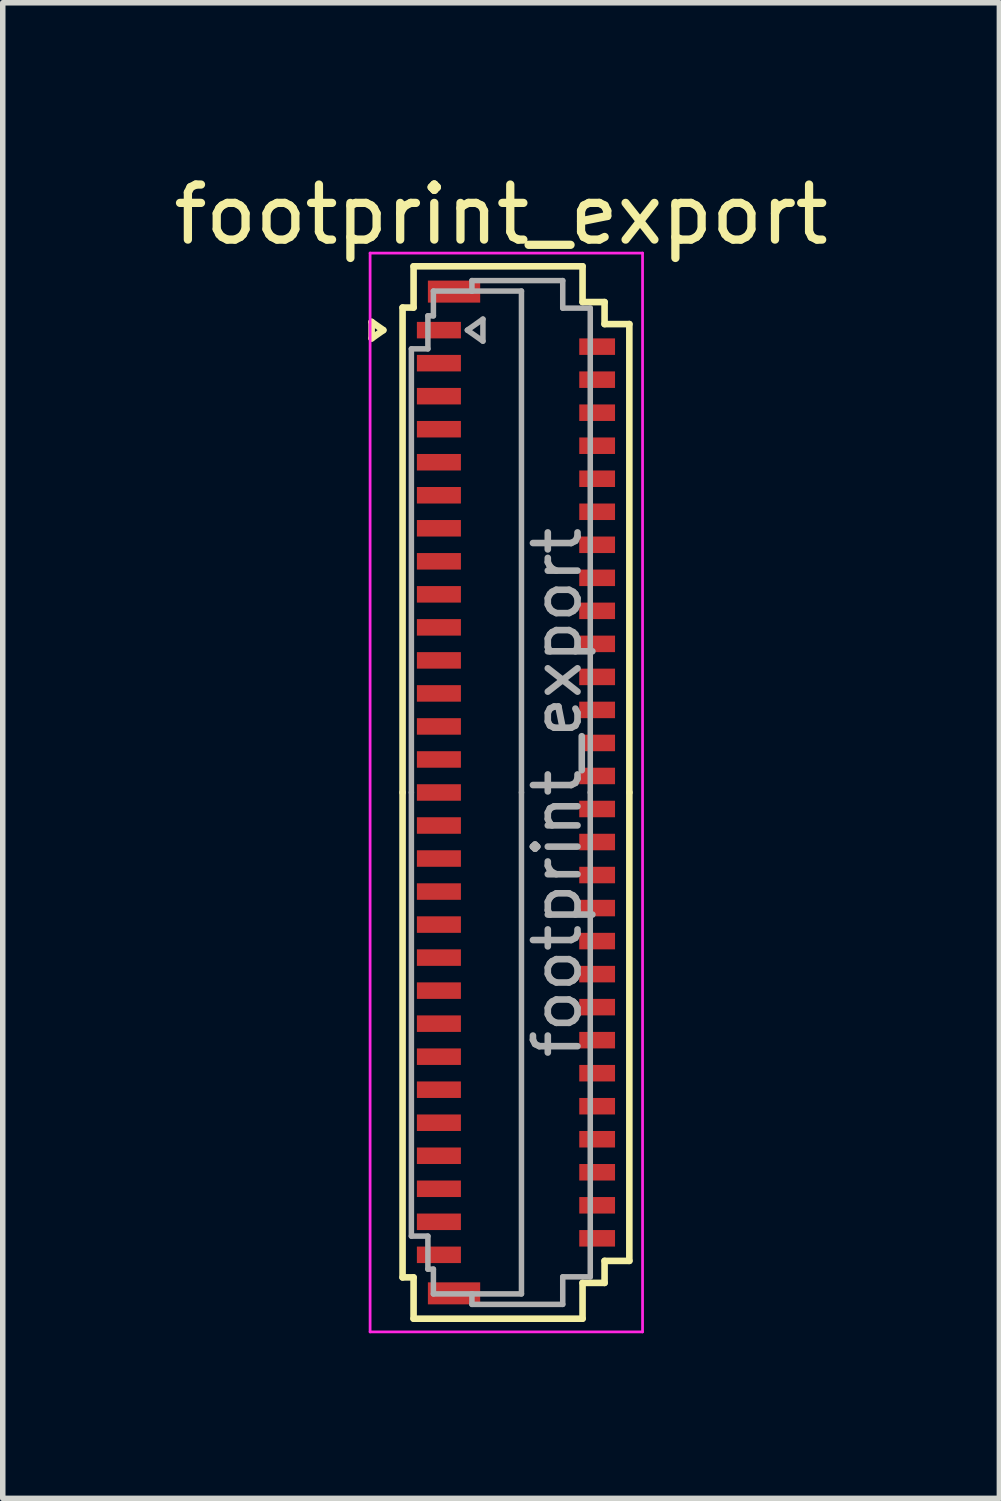
<source format=kicad_pcb>
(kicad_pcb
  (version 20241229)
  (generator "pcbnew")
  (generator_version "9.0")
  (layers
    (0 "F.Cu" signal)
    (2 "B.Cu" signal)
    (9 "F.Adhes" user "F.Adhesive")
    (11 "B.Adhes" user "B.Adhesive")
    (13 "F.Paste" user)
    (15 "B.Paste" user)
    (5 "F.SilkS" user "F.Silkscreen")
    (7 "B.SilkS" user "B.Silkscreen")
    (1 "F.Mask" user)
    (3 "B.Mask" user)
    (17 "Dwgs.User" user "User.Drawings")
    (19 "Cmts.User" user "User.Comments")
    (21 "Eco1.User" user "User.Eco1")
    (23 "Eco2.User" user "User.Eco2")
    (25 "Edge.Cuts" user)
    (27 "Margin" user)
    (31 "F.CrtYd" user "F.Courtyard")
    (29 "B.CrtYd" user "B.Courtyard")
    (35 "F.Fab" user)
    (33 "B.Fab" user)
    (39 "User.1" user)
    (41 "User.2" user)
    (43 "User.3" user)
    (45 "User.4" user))
  (footprint "footprint_export"
    (layer "F.Cu")
    (at 6.324 11.348)
    (property "Reference" "footprint_export" (at -0.27 -10.5 0) (layer "F.SilkS") (effects (font (size 1 1) (thickness 0.15))))
    (attr smd)
    (fp_line (start -2.622 -8.55) (end -2.41 -8.4) (stroke (width 0.12) (type solid)) (layer "F.SilkS"))
    (fp_line (start -2.622 -8.25) (end -2.622 -8.55) (stroke (width 0.12) (type solid)) (layer "F.SilkS"))
    (fp_line (start -2.41 -8.4) (end -2.622 -8.25) (stroke (width 0.12) (type solid)) (layer "F.SilkS"))
    (fp_line (start -2.06 -8.81) (end -2.06 0) (stroke (width 0.12) (type solid)) (layer "F.SilkS"))
    (fp_line (start -2.06 8.81) (end -2.06 0) (stroke (width 0.12) (type solid)) (layer "F.SilkS"))
    (fp_line (start -1.86 -9.56) (end -1.86 -8.81) (stroke (width 0.12) (type solid)) (layer "F.SilkS"))
    (fp_line (start -1.86 -8.81) (end -2.06 -8.81) (stroke (width 0.12) (type solid)) (layer "F.SilkS"))
    (fp_line (start -1.86 8.81) (end -2.06 8.81) (stroke (width 0.12) (type solid)) (layer "F.SilkS"))
    (fp_line (start -1.86 9.56) (end -1.86 8.81) (stroke (width 0.12) (type solid)) (layer "F.SilkS"))
    (fp_line (start 1.21 -9.56) (end -1.86 -9.56) (stroke (width 0.12) (type solid)) (layer "F.SilkS"))
    (fp_line (start 1.21 -8.91) (end 1.21 -9.56) (stroke (width 0.12) (type solid)) (layer "F.SilkS"))
    (fp_line (start 1.21 8.91) (end 1.21 9.56) (stroke (width 0.12) (type solid)) (layer "F.SilkS"))
    (fp_line (start 1.21 9.56) (end -1.86 9.56) (stroke (width 0.12) (type solid)) (layer "F.SilkS"))
    (fp_line (start 1.61 -8.91) (end 1.21 -8.91) (stroke (width 0.12) (type solid)) (layer "F.SilkS"))
    (fp_line (start 1.61 -8.51) (end 1.61 -8.91) (stroke (width 0.12) (type solid)) (layer "F.SilkS"))
    (fp_line (start 1.61 8.51) (end 1.61 8.91) (stroke (width 0.12) (type solid)) (layer "F.SilkS"))
    (fp_line (start 1.61 8.91) (end 1.21 8.91) (stroke (width 0.12) (type solid)) (layer "F.SilkS"))
    (fp_line (start 2.06 -8.51) (end 1.61 -8.51) (stroke (width 0.12) (type solid)) (layer "F.SilkS"))
    (fp_line (start 2.06 0) (end 2.06 -8.51) (stroke (width 0.12) (type solid)) (layer "F.SilkS"))
    (fp_line (start 2.06 0) (end 2.06 8.51) (stroke (width 0.12) (type solid)) (layer "F.SilkS"))
    (fp_line (start 2.06 8.51) (end 1.61 8.51) (stroke (width 0.12) (type solid)) (layer "F.SilkS"))
    (fp_line (start -2.65 -9.8) (end -2.65 9.8) (stroke (width 0.05) (type solid)) (layer "F.CrtYd"))
    (fp_line (start -2.65 9.8) (end 2.3 9.8) (stroke (width 0.05) (type solid)) (layer "F.CrtYd"))
    (fp_line (start 2.3 -9.8) (end -2.65 -9.8) (stroke (width 0.05) (type solid)) (layer "F.CrtYd"))
    (fp_line (start 2.3 9.8) (end 2.3 -9.8) (stroke (width 0.05) (type solid)) (layer "F.CrtYd"))
    (fp_line (start -1.9 -8.06) (end -1.6 -8.06) (stroke (width 0.1) (type solid)) (layer "F.Fab"))
    (fp_line (start -1.9 0) (end -1.9 -8.06) (stroke (width 0.1) (type solid)) (layer "F.Fab"))
    (fp_line (start -1.9 0) (end -1.9 8.06) (stroke (width 0.1) (type solid)) (layer "F.Fab"))
    (fp_line (start -1.9 8.06) (end -1.6 8.06) (stroke (width 0.1) (type solid)) (layer "F.Fab"))
    (fp_line (start -1.6 -8.66) (end -1.5 -8.66) (stroke (width 0.1) (type solid)) (layer "F.Fab"))
    (fp_line (start -1.6 -8.06) (end -1.6 -8.66) (stroke (width 0.1) (type solid)) (layer "F.Fab"))
    (fp_line (start -1.6 8.06) (end -1.6 8.66) (stroke (width 0.1) (type solid)) (layer "F.Fab"))
    (fp_line (start -1.6 8.66) (end -1.5 8.66) (stroke (width 0.1) (type solid)) (layer "F.Fab"))
    (fp_line (start -1.5 -9.11) (end -0.8 -9.11) (stroke (width 0.1) (type solid)) (layer "F.Fab"))
    (fp_line (start -1.5 -8.66) (end -1.5 -9.11) (stroke (width 0.1) (type solid)) (layer "F.Fab"))
    (fp_line (start -1.5 8.66) (end -1.5 9.11) (stroke (width 0.1) (type solid)) (layer "F.Fab"))
    (fp_line (start -1.5 9.11) (end -0.8 9.11) (stroke (width 0.1) (type solid)) (layer "F.Fab"))
    (fp_line (start -0.883 -8.4) (end -0.6 -8.2) (stroke (width 0.1) (type solid)) (layer "F.Fab"))
    (fp_line (start -0.8 -9.3) (end 0.85 -9.3) (stroke (width 0.1) (type solid)) (layer "F.Fab"))
    (fp_line (start -0.8 -9.11) (end -0.8 -9.3) (stroke (width 0.1) (type solid)) (layer "F.Fab"))
    (fp_line (start -0.8 9.11) (end -0.8 9.3) (stroke (width 0.1) (type solid)) (layer "F.Fab"))
    (fp_line (start -0.8 9.3) (end 0.85 9.3) (stroke (width 0.1) (type solid)) (layer "F.Fab"))
    (fp_line (start -0.6 -8.6) (end -0.883 -8.4) (stroke (width 0.1) (type solid)) (layer "F.Fab"))
    (fp_line (start -0.6 -8.2) (end -0.6 -8.6) (stroke (width 0.1) (type solid)) (layer "F.Fab"))
    (fp_line (start 0.1 -9.11) (end -0.8 -9.11) (stroke (width 0.1) (type solid)) (layer "F.Fab"))
    (fp_line (start 0.1 0) (end 0.1 -9.11) (stroke (width 0.1) (type solid)) (layer "F.Fab"))
    (fp_line (start 0.1 0) (end 0.1 9.11) (stroke (width 0.1) (type solid)) (layer "F.Fab"))
    (fp_line (start 0.1 9.11) (end -0.8 9.11) (stroke (width 0.1) (type solid)) (layer "F.Fab"))
    (fp_line (start 0.85 -9.3) (end 0.85 -8.8) (stroke (width 0.1) (type solid)) (layer "F.Fab"))
    (fp_line (start 0.85 -8.8) (end 1.35 -8.8) (stroke (width 0.1) (type solid)) (layer "F.Fab"))
    (fp_line (start 0.85 8.8) (end 1.35 8.8) (stroke (width 0.1) (type solid)) (layer "F.Fab"))
    (fp_line (start 0.85 9.3) (end 0.85 8.8) (stroke (width 0.1) (type solid)) (layer "F.Fab"))
    (fp_line (start 1.35 -8.8) (end 1.35 0) (stroke (width 0.1) (type solid)) (layer "F.Fab"))
    (fp_line (start 1.35 8.8) (end 1.35 0) (stroke (width 0.1) (type solid)) (layer "F.Fab"))
    (fp_text user "${REFERENCE}" (at 0.75 0 90) (layer "F.Fab") (effects (font (size 0.81 0.81) (thickness 0.12))))
    (pad "1" smd rect (at -1.4 -8.4) (size 0.8 0.3) (layers "F.Cu" "F.Mask" "F.Paste"))
    (pad "2" smd rect (at 1.475 -8.1) (size 0.65 0.3) (layers "F.Cu" "F.Mask" "F.Paste"))
    (pad "3" smd rect (at -1.4 -7.8) (size 0.8 0.3) (layers "F.Cu" "F.Mask" "F.Paste"))
    (pad "4" smd rect (at 1.475 -7.5) (size 0.65 0.3) (layers "F.Cu" "F.Mask" "F.Paste"))
    (pad "5" smd rect (at -1.4 -7.2) (size 0.8 0.3) (layers "F.Cu" "F.Mask" "F.Paste"))
    (pad "6" smd rect (at 1.475 -6.9) (size 0.65 0.3) (layers "F.Cu" "F.Mask" "F.Paste"))
    (pad "7" smd rect (at -1.4 -6.6) (size 0.8 0.3) (layers "F.Cu" "F.Mask" "F.Paste"))
    (pad "8" smd rect (at 1.475 -6.3) (size 0.65 0.3) (layers "F.Cu" "F.Mask" "F.Paste"))
    (pad "9" smd rect (at -1.4 -6) (size 0.8 0.3) (layers "F.Cu" "F.Mask" "F.Paste"))
    (pad "10" smd rect (at 1.475 -5.7) (size 0.65 0.3) (layers "F.Cu" "F.Mask" "F.Paste"))
    (pad "11" smd rect (at -1.4 -5.4) (size 0.8 0.3) (layers "F.Cu" "F.Mask" "F.Paste"))
    (pad "12" smd rect (at 1.475 -5.1) (size 0.65 0.3) (layers "F.Cu" "F.Mask" "F.Paste"))
    (pad "13" smd rect (at -1.4 -4.8) (size 0.8 0.3) (layers "F.Cu" "F.Mask" "F.Paste"))
    (pad "14" smd rect (at 1.475 -4.5) (size 0.65 0.3) (layers "F.Cu" "F.Mask" "F.Paste"))
    (pad "15" smd rect (at -1.4 -4.2) (size 0.8 0.3) (layers "F.Cu" "F.Mask" "F.Paste"))
    (pad "16" smd rect (at 1.475 -3.9) (size 0.65 0.3) (layers "F.Cu" "F.Mask" "F.Paste"))
    (pad "17" smd rect (at -1.4 -3.6) (size 0.8 0.3) (layers "F.Cu" "F.Mask" "F.Paste"))
    (pad "18" smd rect (at 1.475 -3.3) (size 0.65 0.3) (layers "F.Cu" "F.Mask" "F.Paste"))
    (pad "19" smd rect (at -1.4 -3) (size 0.8 0.3) (layers "F.Cu" "F.Mask" "F.Paste"))
    (pad "20" smd rect (at 1.475 -2.7) (size 0.65 0.3) (layers "F.Cu" "F.Mask" "F.Paste"))
    (pad "21" smd rect (at -1.4 -2.4) (size 0.8 0.3) (layers "F.Cu" "F.Mask" "F.Paste"))
    (pad "22" smd rect (at 1.475 -2.1) (size 0.65 0.3) (layers "F.Cu" "F.Mask" "F.Paste"))
    (pad "23" smd rect (at -1.4 -1.8) (size 0.8 0.3) (layers "F.Cu" "F.Mask" "F.Paste"))
    (pad "24" smd rect (at 1.475 -1.5) (size 0.65 0.3) (layers "F.Cu" "F.Mask" "F.Paste"))
    (pad "25" smd rect (at -1.4 -1.2) (size 0.8 0.3) (layers "F.Cu" "F.Mask" "F.Paste"))
    (pad "26" smd rect (at 1.475 -0.9) (size 0.65 0.3) (layers "F.Cu" "F.Mask" "F.Paste"))
    (pad "27" smd rect (at -1.4 -0.6) (size 0.8 0.3) (layers "F.Cu" "F.Mask" "F.Paste"))
    (pad "28" smd rect (at 1.475 -0.3) (size 0.65 0.3) (layers "F.Cu" "F.Mask" "F.Paste"))
    (pad "29" smd rect (at -1.4 0) (size 0.8 0.3) (layers "F.Cu" "F.Mask" "F.Paste"))
    (pad "30" smd rect (at 1.475 0.3) (size 0.65 0.3) (layers "F.Cu" "F.Mask" "F.Paste"))
    (pad "31" smd rect (at -1.4 0.6) (size 0.8 0.3) (layers "F.Cu" "F.Mask" "F.Paste"))
    (pad "32" smd rect (at 1.475 0.9) (size 0.65 0.3) (layers "F.Cu" "F.Mask" "F.Paste"))
    (pad "33" smd rect (at -1.4 1.2) (size 0.8 0.3) (layers "F.Cu" "F.Mask" "F.Paste"))
    (pad "34" smd rect (at 1.475 1.5) (size 0.65 0.3) (layers "F.Cu" "F.Mask" "F.Paste"))
    (pad "35" smd rect (at -1.4 1.8) (size 0.8 0.3) (layers "F.Cu" "F.Mask" "F.Paste"))
    (pad "36" smd rect (at 1.475 2.1) (size 0.65 0.3) (layers "F.Cu" "F.Mask" "F.Paste"))
    (pad "37" smd rect (at -1.4 2.4) (size 0.8 0.3) (layers "F.Cu" "F.Mask" "F.Paste"))
    (pad "38" smd rect (at 1.475 2.7) (size 0.65 0.3) (layers "F.Cu" "F.Mask" "F.Paste"))
    (pad "39" smd rect (at -1.4 3) (size 0.8 0.3) (layers "F.Cu" "F.Mask" "F.Paste"))
    (pad "40" smd rect (at 1.475 3.3) (size 0.65 0.3) (layers "F.Cu" "F.Mask" "F.Paste"))
    (pad "41" smd rect (at -1.4 3.6) (size 0.8 0.3) (layers "F.Cu" "F.Mask" "F.Paste"))
    (pad "42" smd rect (at 1.475 3.9) (size 0.65 0.3) (layers "F.Cu" "F.Mask" "F.Paste"))
    (pad "43" smd rect (at -1.4 4.2) (size 0.8 0.3) (layers "F.Cu" "F.Mask" "F.Paste"))
    (pad "44" smd rect (at 1.475 4.5) (size 0.65 0.3) (layers "F.Cu" "F.Mask" "F.Paste"))
    (pad "45" smd rect (at -1.4 4.8) (size 0.8 0.3) (layers "F.Cu" "F.Mask" "F.Paste"))
    (pad "46" smd rect (at 1.475 5.1) (size 0.65 0.3) (layers "F.Cu" "F.Mask" "F.Paste"))
    (pad "47" smd rect (at -1.4 5.4) (size 0.8 0.3) (layers "F.Cu" "F.Mask" "F.Paste"))
    (pad "48" smd rect (at 1.475 5.7) (size 0.65 0.3) (layers "F.Cu" "F.Mask" "F.Paste"))
    (pad "49" smd rect (at -1.4 6) (size 0.8 0.3) (layers "F.Cu" "F.Mask" "F.Paste"))
    (pad "50" smd rect (at 1.475 6.3) (size 0.65 0.3) (layers "F.Cu" "F.Mask" "F.Paste"))
    (pad "51" smd rect (at -1.4 6.6) (size 0.8 0.3) (layers "F.Cu" "F.Mask" "F.Paste"))
    (pad "52" smd rect (at 1.475 6.9) (size 0.65 0.3) (layers "F.Cu" "F.Mask" "F.Paste"))
    (pad "53" smd rect (at -1.4 7.2) (size 0.8 0.3) (layers "F.Cu" "F.Mask" "F.Paste"))
    (pad "54" smd rect (at 1.475 7.5) (size 0.65 0.3) (layers "F.Cu" "F.Mask" "F.Paste"))
    (pad "55" smd rect (at -1.4 7.8) (size 0.8 0.3) (layers "F.Cu" "F.Mask" "F.Paste"))
    (pad "56" smd rect (at 1.475 8.1) (size 0.65 0.3) (layers "F.Cu" "F.Mask" "F.Paste"))
    (pad "57" smd rect (at -1.4 8.4) (size 0.8 0.3) (layers "F.Cu" "F.Mask" "F.Paste"))
    (pad "MP" smd rect (at -1.125 -9.1) (size 0.95 0.4) (layers "F.Cu" "F.Mask" "F.Paste"))
    (pad "MP" smd rect (at -1.125 9.1) (size 0.95 0.4) (layers "F.Cu" "F.Mask" "F.Paste")))
  (gr_rect
    (start -3 -3)
    (end 15.107 24.173)
    (stroke (width 0.1) (type default))
    (fill no)
    (layer "Edge.Cuts")))
</source>
